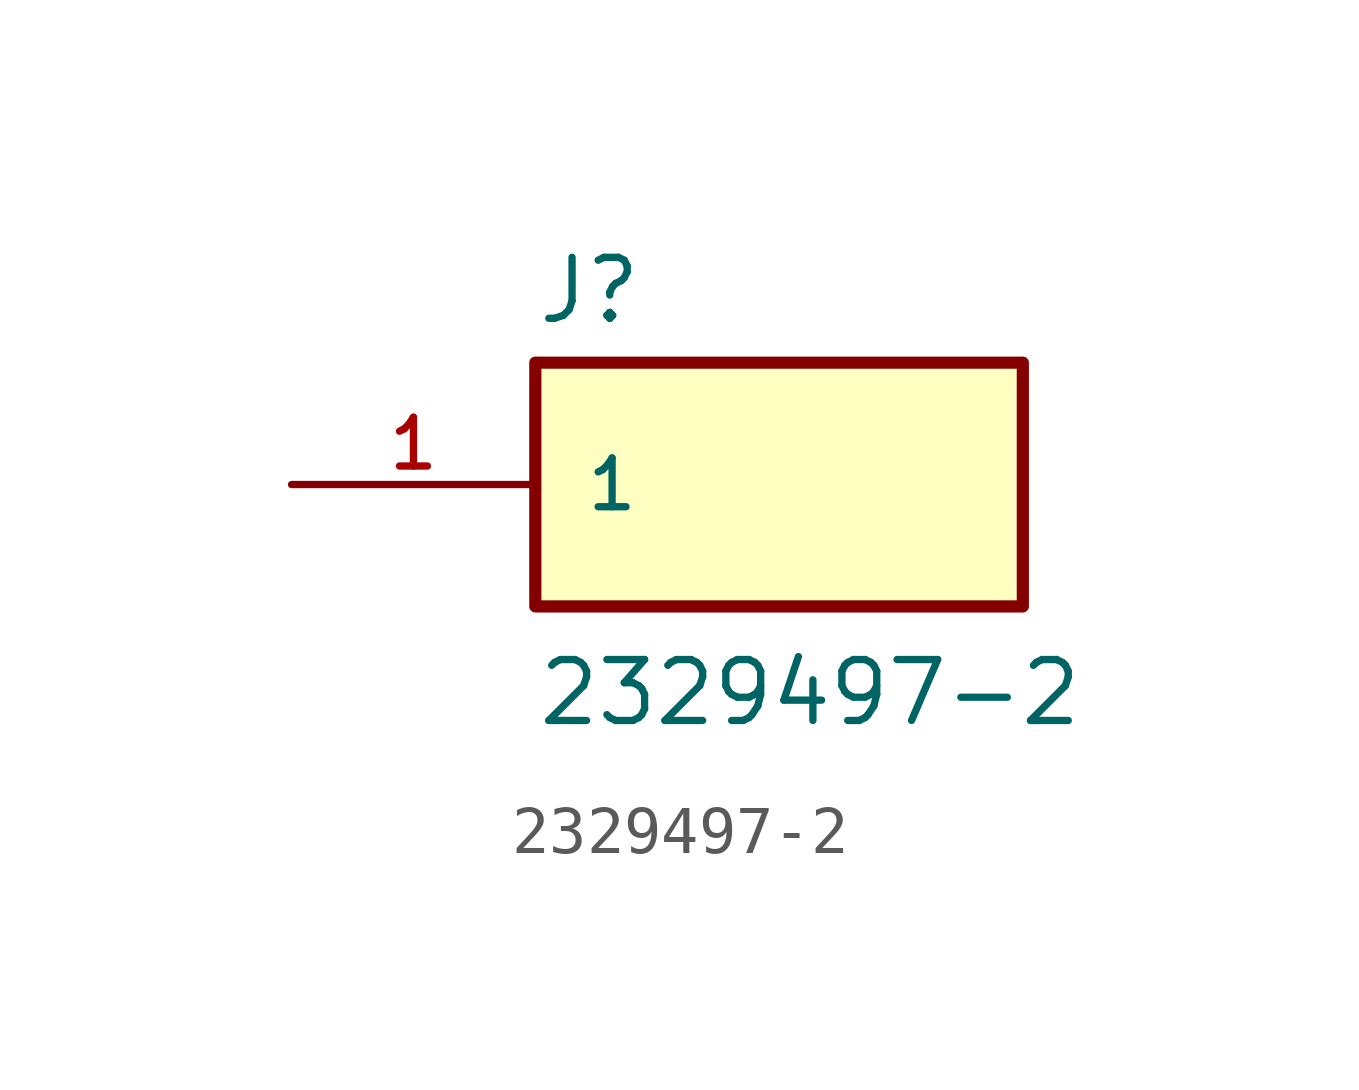
<source format=kicad_sym>
(kicad_symbol_lib
  (version 20211014)
  (generator kicad_symbol_editor)
  (symbol "2329497-2"
    (pin_names
      (offset 1.016))
    (property "Reference" "J"
      (at -5.08 3.302 0)
      (effects (font (size 1.27 1.27)) (justify bottom left)))
    (property "Value" "2329497-2"
      (at -5.08 -5.08 0)
      (effects (font (size 1.27 1.27)) (justify bottom left)))
    (symbol "2329497-2_0_0"
      (rectangle (start -5.08 -2.54) (end 5.08 2.54) (stroke (width 0.254)) (fill (type background)))
      (pin passive line (at -10.16 0.0 0) (length 5.08) (name "1" (effects (font (size 1.016 1.016)))) (number "1" (effects (font (size 1.016 1.016))))))))
</source>
